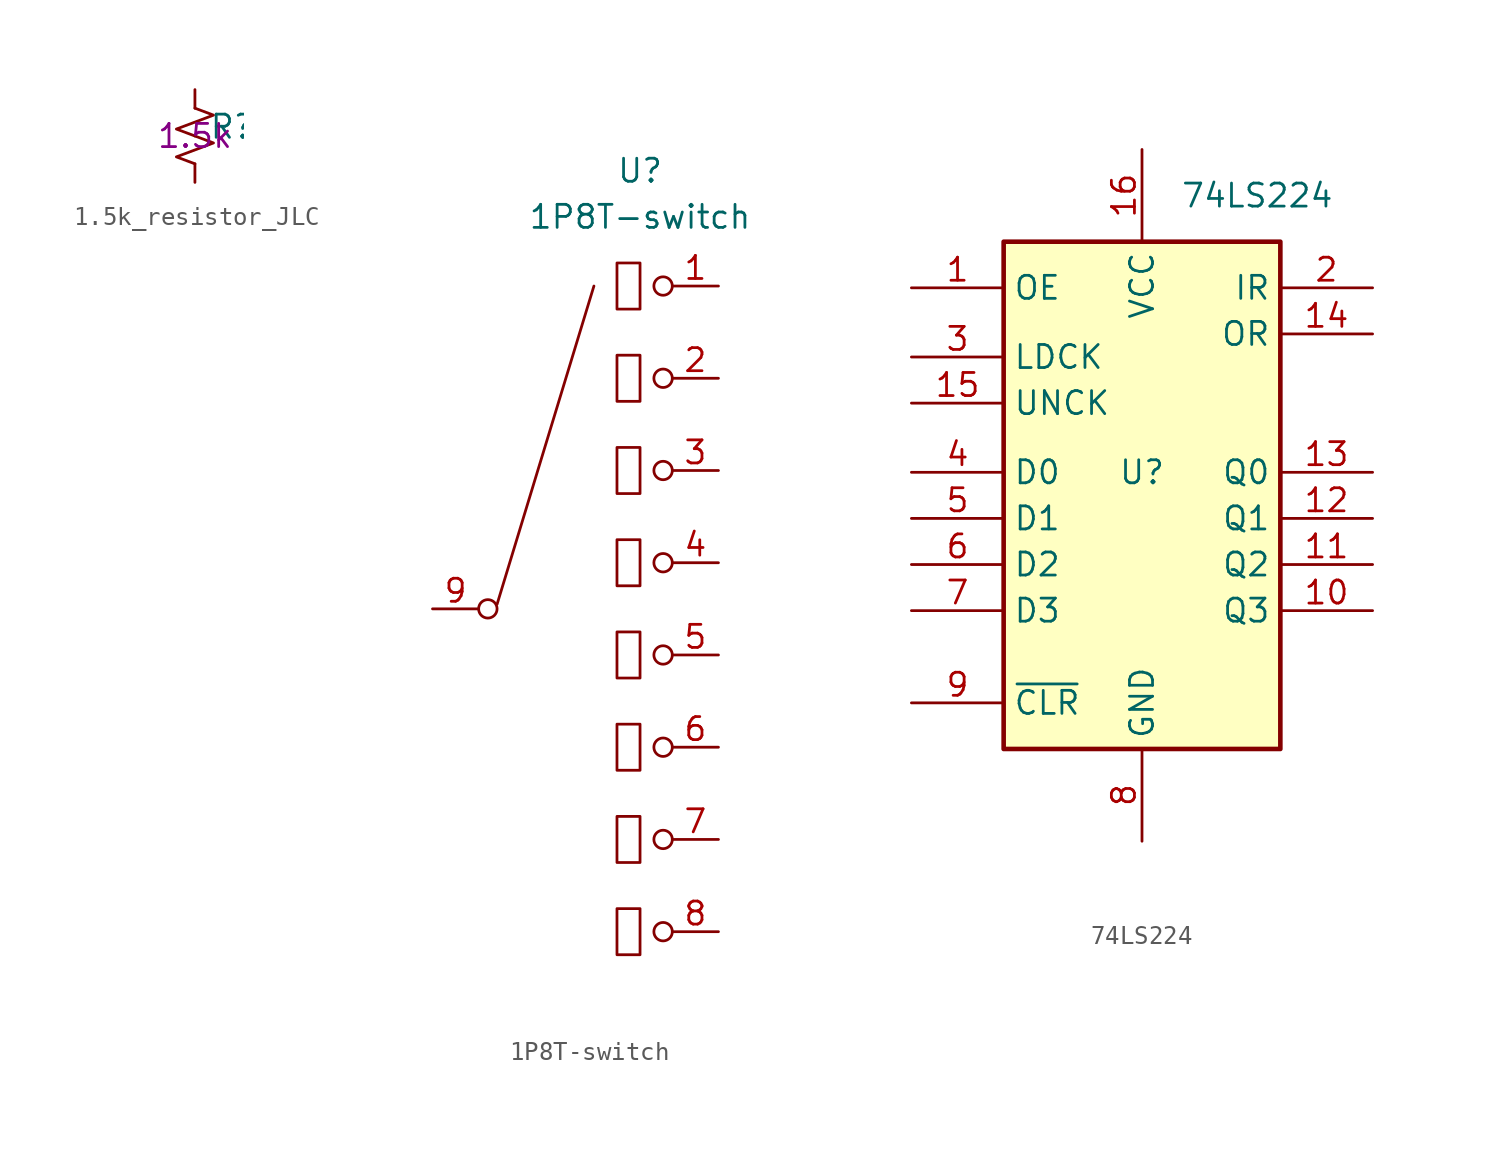
<source format=kicad_sym>
(kicad_symbol_lib
  (version 20211014)
  (generator kicad_symbol_editor)
  (symbol "1.5k_resistor_JLC"
    (pin_numbers hide)
    (pin_names
      (offset 0.254) hide)
    (property "Reference" "R"
      (at 0.762 0.508 0)
      (effects (font (size 1.27 1.27)) (justify left)))
    (property "Resistance" "1.5k"
      (at 0 0 0)
      (effects (font (size 1.27 1.27))))
    (symbol "1.5k_resistor_JLC_1_1"
      (polyline (pts (xy 0 0) (xy 1.016 -0.381) (xy 0 -0.762) (xy -1.016 -1.143) (xy 0 -1.524)) (stroke (width 0) (type default) (color 0 0 0 0)) (fill (type none)))
      (polyline (pts (xy 0 1.524) (xy 1.016 1.143) (xy 0 0.762) (xy -1.016 0.381) (xy 0 0)) (stroke (width 0) (type default) (color 0 0 0 0)) (fill (type none)))
      (pin passive line (at 0 2.54 270) (length 1.016) (name "~" (effects (font (size 1.27 1.27)))) (number "1" (effects (font (size 1.27 1.27)))))
      (pin passive line (at 0 -2.54 90) (length 1.016) (name "~" (effects (font (size 1.27 1.27)))) (number "2" (effects (font (size 1.27 1.27)))))))
  (symbol "1P8T-switch"
    (property "Reference" "U"
      (at 0 0 0)
      (effects (font (size 1.27 1.27))))
    (property "Value" "1P8T-switch"
      (at 0 -2.54 0)
      (effects (font (size 1.27 1.27))))
    (symbol "1P8T-switch_0_0"
      (circle (center -8.382 -24.13) (radius 0.508) (stroke (width 0) (type default) (color 0 0 0 0)) (fill (type none)))
      (circle (center 1.27 -41.91) (radius 0.508) (stroke (width 0) (type default) (color 0 0 0 0)) (fill (type none)))
      (circle (center 1.27 -31.75) (radius 0.508) (stroke (width 0) (type default) (color 0 0 0 0)) (fill (type none)))
      (circle (center 1.27 -21.59) (radius 0.508) (stroke (width 0) (type default) (color 0 0 0 0)) (fill (type none)))
      (circle (center 1.27 -11.43) (radius 0.508) (stroke (width 0) (type default) (color 0 0 0 0)) (fill (type none))))
    (symbol "1P8T-switch_0_1"
      (rectangle (start -1.27 -40.64) (end 0 -43.18) (stroke (width 0) (type default) (color 0 0 0 0)) (fill (type none)))
      (rectangle (start -1.27 -35.56) (end 0 -38.1) (stroke (width 0) (type default) (color 0 0 0 0)) (fill (type none)))
      (rectangle (start -1.27 -30.48) (end 0 -33.02) (stroke (width 0) (type default) (color 0 0 0 0)) (fill (type none)))
      (rectangle (start -1.27 -25.4) (end 0 -27.94) (stroke (width 0) (type default) (color 0 0 0 0)) (fill (type none)))
      (rectangle (start -1.27 -20.32) (end 0 -22.86) (stroke (width 0) (type default) (color 0 0 0 0)) (fill (type none)))
      (rectangle (start -1.27 -15.24) (end 0 -17.78) (stroke (width 0) (type default) (color 0 0 0 0)) (fill (type none)))
      (rectangle (start -1.27 -10.16) (end 0 -12.7) (stroke (width 0) (type default) (color 0 0 0 0)) (fill (type none)))
      (rectangle (start -1.27 -5.08) (end 0 -7.62) (stroke (width 0) (type default) (color 0 0 0 0)) (fill (type none)))
      (polyline (pts (xy -7.874 -23.876) (xy -2.54 -6.35)) (stroke (width 0) (type default) (color 0 0 0 0)) (fill (type none)))
      (circle (center 1.27 -36.83) (radius 0.508) (stroke (width 0) (type default) (color 0 0 0 0)) (fill (type none)))
      (circle (center 1.27 -26.67) (radius 0.508) (stroke (width 0) (type default) (color 0 0 0 0)) (fill (type none)))
      (circle (center 1.27 -16.51) (radius 0.508) (stroke (width 0) (type default) (color 0 0 0 0)) (fill (type none)))
      (circle (center 1.27 -6.35) (radius 0.508) (stroke (width 0) (type default) (color 0 0 0 0)) (fill (type none))))
    (symbol "1P8T-switch_1_1"
      (pin passive line (at 4.318 -6.35 180) (length 2.54) (name "" (effects (font (size 1.27 1.27)))) (number "1" (effects (font (size 1.27 1.27)))))
      (pin passive line (at 4.318 -11.43 180) (length 2.54) (name "" (effects (font (size 1.27 1.27)))) (number "2" (effects (font (size 1.27 1.27)))))
      (pin passive line (at 4.318 -16.51 180) (length 2.54) (name "" (effects (font (size 1.27 1.27)))) (number "3" (effects (font (size 1.27 1.27)))))
      (pin passive line (at 4.318 -21.59 180) (length 2.54) (name "" (effects (font (size 1.27 1.27)))) (number "4" (effects (font (size 1.27 1.27)))))
      (pin passive line (at 4.318 -26.67 180) (length 2.54) (name "" (effects (font (size 1.27 1.27)))) (number "5" (effects (font (size 1.27 1.27)))))
      (pin passive line (at 4.318 -31.75 180) (length 2.54) (name "" (effects (font (size 1.27 1.27)))) (number "6" (effects (font (size 1.27 1.27)))))
      (pin passive line (at 4.318 -36.83 180) (length 2.54) (name "" (effects (font (size 1.27 1.27)))) (number "7" (effects (font (size 1.27 1.27)))))
      (pin passive line (at 4.318 -41.91 180) (length 2.54) (name "" (effects (font (size 1.27 1.27)))) (number "8" (effects (font (size 1.27 1.27)))))
      (pin passive line (at -11.43 -24.13 0) (length 2.54) (name "" (effects (font (size 1.27 1.27)))) (number "9" (effects (font (size 1.27 1.27)))))))
  (symbol "74LS224"
    (property "Reference" "U"
      (at 0 -1.27 0)
      (effects (font (size 1.27 1.27))))
    (property "Value" "74LS224"
      (at 6.35 13.97 0)
      (effects (font (size 1.27 1.27))))
    (symbol "74LS224_1_0"
      (pin input line (at -12.7 8.89 0) (length 5.08) (name "OE" (effects (font (size 1.27 1.27)))) (number "1" (effects (font (size 1.27 1.27)))))
      (pin output line (at 12.7 -8.89 180) (length 5.08) (name "Q3" (effects (font (size 1.27 1.27)))) (number "10" (effects (font (size 1.27 1.27)))))
      (pin output line (at 12.7 -6.35 180) (length 5.08) (name "Q2" (effects (font (size 1.27 1.27)))) (number "11" (effects (font (size 1.27 1.27)))))
      (pin output line (at 12.7 -3.81 180) (length 5.08) (name "Q1" (effects (font (size 1.27 1.27)))) (number "12" (effects (font (size 1.27 1.27)))))
      (pin output line (at 12.7 -1.27 180) (length 5.08) (name "Q0" (effects (font (size 1.27 1.27)))) (number "13" (effects (font (size 1.27 1.27)))))
      (pin output line (at 12.7 6.35 180) (length 5.08) (name "OR" (effects (font (size 1.27 1.27)))) (number "14" (effects (font (size 1.27 1.27)))))
      (pin input line (at -12.7 2.54 0) (length 5.08) (name "UNCK" (effects (font (size 1.27 1.27)))) (number "15" (effects (font (size 1.27 1.27)))))
      (pin power_in line (at 0 16.51 270) (length 5.08) (name "VCC" (effects (font (size 1.27 1.27)))) (number "16" (effects (font (size 1.27 1.27)))))
      (pin output line (at 12.7 8.89 180) (length 5.08) (name "IR" (effects (font (size 1.27 1.27)))) (number "2" (effects (font (size 1.27 1.27)))))
      (pin input line (at -12.7 5.08 0) (length 5.08) (name "LDCK" (effects (font (size 1.27 1.27)))) (number "3" (effects (font (size 1.27 1.27)))))
      (pin input line (at -12.7 -1.27 0) (length 5.08) (name "D0" (effects (font (size 1.27 1.27)))) (number "4" (effects (font (size 1.27 1.27)))))
      (pin input line (at -12.7 -3.81 0) (length 5.08) (name "D1" (effects (font (size 1.27 1.27)))) (number "5" (effects (font (size 1.27 1.27)))))
      (pin input line (at -12.7 -6.35 0) (length 5.08) (name "D2" (effects (font (size 1.27 1.27)))) (number "6" (effects (font (size 1.27 1.27)))))
      (pin input line (at -12.7 -8.89 0) (length 5.08) (name "D3" (effects (font (size 1.27 1.27)))) (number "7" (effects (font (size 1.27 1.27)))))
      (pin power_in line (at 0 -21.59 90) (length 5.08) (name "GND" (effects (font (size 1.27 1.27)))) (number "8" (effects (font (size 1.27 1.27)))))
      (pin input line (at -12.7 -13.97 0) (length 5.08) (name "~{CLR}" (effects (font (size 1.27 1.27)))) (number "9" (effects (font (size 1.27 1.27))))))
    (symbol "74LS224_1_1"
      (rectangle (start -7.62 11.43) (end 7.62 -16.51) (stroke (width 0.254) (type default) (color 0 0 0 0)) (fill (type background))))))
</source>
